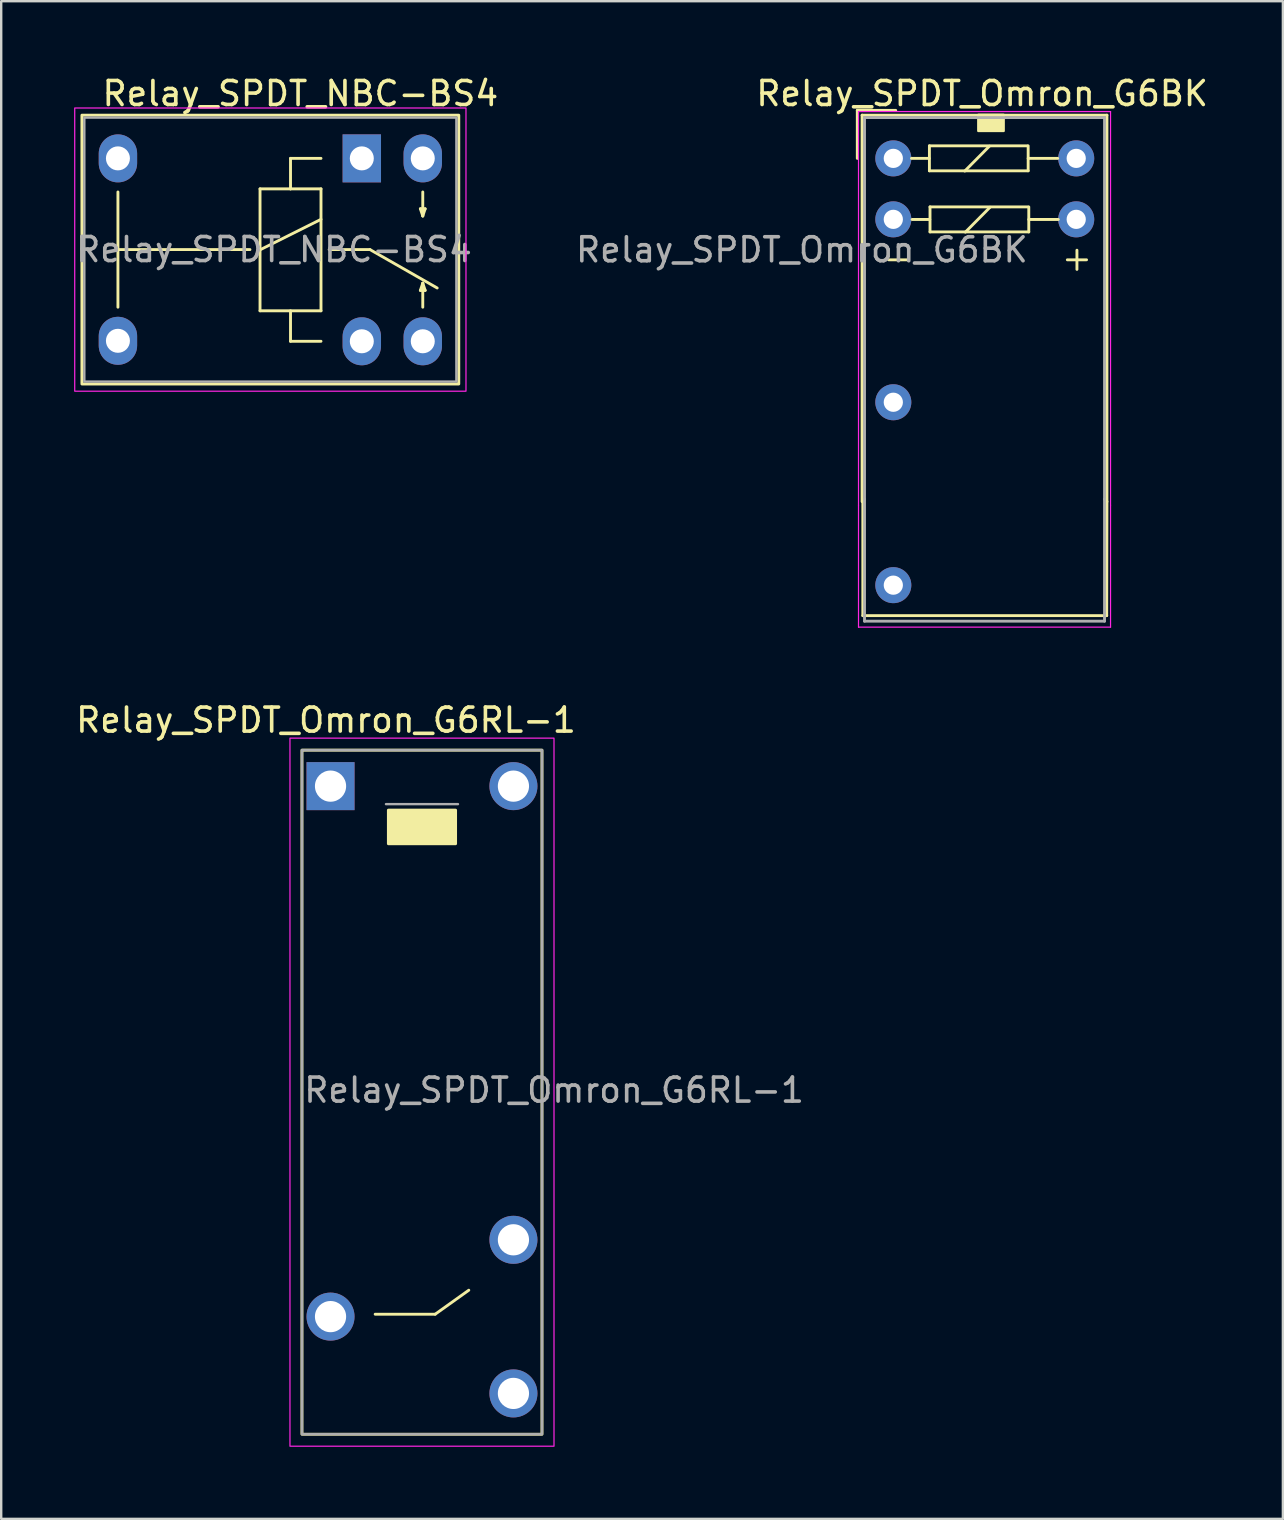
<source format=kicad_pcb>
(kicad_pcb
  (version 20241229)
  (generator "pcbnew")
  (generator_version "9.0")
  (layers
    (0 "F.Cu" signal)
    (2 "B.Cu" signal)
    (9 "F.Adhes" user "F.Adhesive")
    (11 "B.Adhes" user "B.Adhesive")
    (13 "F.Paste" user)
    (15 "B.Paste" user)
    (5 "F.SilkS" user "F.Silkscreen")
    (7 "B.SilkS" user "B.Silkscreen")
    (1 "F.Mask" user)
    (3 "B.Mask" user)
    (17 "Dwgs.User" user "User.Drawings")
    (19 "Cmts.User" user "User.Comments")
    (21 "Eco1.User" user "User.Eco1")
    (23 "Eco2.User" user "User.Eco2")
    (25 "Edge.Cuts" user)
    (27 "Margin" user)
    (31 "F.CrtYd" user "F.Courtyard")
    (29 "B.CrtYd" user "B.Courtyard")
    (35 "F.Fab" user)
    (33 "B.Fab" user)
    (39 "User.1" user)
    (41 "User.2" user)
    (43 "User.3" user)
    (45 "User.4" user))
  (footprint "Relay_SPDT_Omron_G6BK"
    (layer "F.Cu")
    (at 34.166 3.548)
    (property "Reference" "Relay_SPDT_Omron_G6BK" (at 3.7 -2.7 180) (layer "F.SilkS") (effects (font (size 1 1) (thickness 0.15))))
    (attr through_hole)
    (fp_line (start -1.5 -2) (end 0.1 -2) (stroke (width 0.12) (type solid)) (layer "F.SilkS"))
    (fp_line (start -1.5 0) (end -1.5 -2) (stroke (width 0.12) (type solid)) (layer "F.SilkS"))
    (fp_line (start -1.3 -1.8) (end 8.9 -1.8) (stroke (width 0.12) (type solid)) (layer "F.SilkS"))
    (fp_line (start -1.3 14.3) (end -1.3 -1.8) (stroke (width 0.12) (type solid)) (layer "F.SilkS"))
    (fp_line (start -1.27 19.05) (end -1.27 14.3) (stroke (width 0.12) (type solid)) (layer "F.SilkS"))
    (fp_line (start 0.608 4.226) (end -0.192 4.226) (stroke (width 0.12) (type solid)) (layer "F.SilkS"))
    (fp_line (start 0.757 0) (end 1.494 0) (stroke (width 0.12) (type solid)) (layer "F.SilkS"))
    (fp_line (start 0.782 2.545) (end 1.519 2.545) (stroke (width 0.12) (type solid)) (layer "F.SilkS"))
    (fp_line (start 1.504 -0.523) (end 5.578 -0.523) (stroke (width 0.12) (type solid)) (layer "F.SilkS"))
    (fp_line (start 1.504 0.518) (end 1.504 -0.523) (stroke (width 0.12) (type solid)) (layer "F.SilkS"))
    (fp_line (start 1.529 2.022) (end 5.603 2.022) (stroke (width 0.12) (type solid)) (layer "F.SilkS"))
    (fp_line (start 1.529 3.063) (end 1.529 2.022) (stroke (width 0.12) (type solid)) (layer "F.SilkS"))
    (fp_line (start 4.003 -0.508) (end 2.977 0.528) (stroke (width 0.12) (type solid)) (layer "F.SilkS"))
    (fp_line (start 4.028 2.037) (end 3.002 3.073) (stroke (width 0.12) (type solid)) (layer "F.SilkS"))
    (fp_line (start 5.618 0.518) (end 1.504 0.518) (stroke (width 0.12) (type solid)) (layer "F.SilkS"))
    (fp_line (start 5.618 0.518) (end 5.618 -0.523) (stroke (width 0.12) (type solid)) (layer "F.SilkS"))
    (fp_line (start 5.644 3.063) (end 1.529 3.063) (stroke (width 0.12) (type solid)) (layer "F.SilkS"))
    (fp_line (start 5.644 3.063) (end 5.644 2.022) (stroke (width 0.12) (type solid)) (layer "F.SilkS"))
    (fp_line (start 6.848 0) (end 5.618 0) (stroke (width 0.12) (type solid)) (layer "F.SilkS"))
    (fp_line (start 6.873 2.545) (end 5.644 2.545) (stroke (width 0.12) (type solid)) (layer "F.SilkS"))
    (fp_line (start 7.65 3.826) (end 7.65 4.626) (stroke (width 0.12) (type solid)) (layer "F.SilkS"))
    (fp_line (start 8.05 4.226) (end 7.25 4.226) (stroke (width 0.12) (type solid)) (layer "F.SilkS"))
    (fp_line (start 8.89 19.05) (end -1.27 19.05) (stroke (width 0.12) (type solid)) (layer "F.SilkS"))
    (fp_line (start 8.9 -1.8) (end 8.9 14.3) (stroke (width 0.12) (type solid)) (layer "F.SilkS"))
    (fp_line (start 8.9 14.3) (end 8.89 19.05) (stroke (width 0.12) (type solid)) (layer "F.SilkS"))
    (fp_poly (pts (xy 4.597 -1.143) (xy 3.541 -1.143) (xy 3.541 -1.814) (xy 4.597 -1.814)) (stroke (width 0.1) (type solid)) (fill yes) (layer "F.SilkS"))
    (fp_line (start -1.45 14.45) (end -1.45 -1.95) (stroke (width 0.05) (type solid)) (layer "F.CrtYd"))
    (fp_line (start -1.45 14.45) (end -1.45 19.53) (stroke (width 0.05) (type solid)) (layer "F.CrtYd"))
    (fp_line (start -1.45 19.53) (end 9.05 19.53) (stroke (width 0.05) (type solid)) (layer "F.CrtYd"))
    (fp_line (start 9.05 -1.95) (end -1.45 -1.95) (stroke (width 0.05) (type solid)) (layer "F.CrtYd"))
    (fp_line (start 9.05 -1.95) (end 9.05 14.45) (stroke (width 0.05) (type solid)) (layer "F.CrtYd"))
    (fp_line (start 9.05 19.53) (end 9.05 14.45) (stroke (width 0.05) (type solid)) (layer "F.CrtYd"))
    (fp_line (start -1.2 -1.7) (end -1.2 14.2) (stroke (width 0.12) (type solid)) (layer "F.Fab"))
    (fp_line (start -1.2 19.28) (end -1.2 14.2) (stroke (width 0.12) (type solid)) (layer "F.Fab"))
    (fp_line (start -1.2 19.28) (end 8.8 19.28) (stroke (width 0.12) (type solid)) (layer "F.Fab"))
    (fp_line (start 8.8 -1.7) (end -1.2 -1.7) (stroke (width 0.12) (type solid)) (layer "F.Fab"))
    (fp_line (start 8.8 14.2) (end 8.8 -1.7) (stroke (width 0.12) (type solid)) (layer "F.Fab"))
    (fp_line (start 8.8 14.2) (end 8.8 19.28) (stroke (width 0.12) (type solid)) (layer "F.Fab"))
    (fp_text user "${REFERENCE}" (at -3.81 3.81 180) (layer "F.Fab") (effects (font (size 1 1) (thickness 0.15))))
    (pad "1" thru_hole circle (at 0 0 90) (size 1.5 1.5) (drill 0.8) (layers "*.Cu" "*.Mask"))
    (pad "2" thru_hole circle (at 0 2.54 90) (size 1.5 1.5) (drill 0.8) (layers "*.Cu" "*.Mask"))
    (pad "3" thru_hole circle (at 0 10.16 270) (size 1.501 1.501) (drill 0.8) (layers "*.Cu" "*.Mask"))
    (pad "4" thru_hole circle (at 0 17.78 270) (size 1.501 1.501) (drill 0.8) (layers "*.Cu" "*.Mask"))
    (pad "5" thru_hole circle (at 7.62 2.54 90) (size 1.501 1.501) (drill 0.8) (layers "*.Cu" "*.Mask"))
    (pad "6" thru_hole circle (at 7.62 0 90) (size 1.501 1.501) (drill 0.8) (layers "*.Cu" "*.Mask")))
  (footprint "Relay_SPDT_Omron_G6RL-1"
    (layer "F.Cu")
    (at 10.72 29.701)
    (property "Reference" "Relay_SPDT_Omron_G6RL-1" (at -0.19 -2.75 0) (unlocked yes) (layer "F.SilkS") (effects (font (size 1 1) (thickness 0.15))))
    (attr through_hole)
    (fp_line (start 1.86 22) (end 4.36 22) (stroke (width 0.12) (type solid)) (layer "F.SilkS"))
    (fp_line (start 4.36 22) (end 5.76 21) (stroke (width 0.12) (type solid)) (layer "F.SilkS"))
    (fp_rect (start -1.19 -1.5) (end 8.81 27) (stroke (width 0.12) (type solid)) (fill no) (layer "F.SilkS"))
    (fp_rect (start 2.41 1) (end 5.21 2.4) (stroke (width 0.12) (type solid)) (fill yes) (layer "F.SilkS"))
    (fp_rect (start -1.69 -2) (end 9.31 27.5) (stroke (width 0.05) (type default)) (fill no) (layer "F.CrtYd"))
    (fp_line (start 2.31 0.75) (end 5.31 0.75) (stroke (width 0.1) (type default)) (layer "F.Fab"))
    (fp_rect (start -1.19 -1.5) (end 8.81 27) (stroke (width 0.1) (type default)) (fill no) (layer "F.Fab"))
    (fp_text user "${REFERENCE}" (at -1.19 13.25 0) (unlocked yes) (layer "F.Fab") (effects (font (size 1 1) (thickness 0.15)) (justify left bottom)))
    (pad "1" thru_hole rect (at 0 0 90) (size 2 2) (drill 1.3) (layers "*.Cu" "*.Mask"))
    (pad "2" thru_hole circle (at 0 22.1 90) (size 2 2) (drill 1.3) (layers "*.Cu" "*.Mask"))
    (pad "3" thru_hole circle (at 7.62 25.3 90) (size 2 2) (drill 1.3) (layers "*.Cu" "*.Mask"))
    (pad "4" thru_hole circle (at 7.62 18.9 90) (size 2 2) (drill 1.3) (layers "*.Cu" "*.Mask"))
    (pad "5" thru_hole circle (at 7.62 0 90) (size 2 2) (drill 1.3) (layers "*.Cu" "*.Mask")))
  (footprint "Relay_SPDT_NBC-BS4"
    (layer "F.Cu")
    (at 1.863 3.548)
    (property "Reference" "Relay_SPDT_NBC-BS4" (at 7.6 -2.7 0) (layer "F.SilkS") (effects (font (size 1 1) (thickness 0.15))))
    (attr through_hole)
    (fp_line (start 0 1.4) (end 0 6.2) (stroke (width 0.12) (type default)) (layer "F.SilkS"))
    (fp_line (start 0 3.8) (end 5.5 3.8) (stroke (width 0.12) (type default)) (layer "F.SilkS"))
    (fp_line (start 5.92 1.27) (end 5.92 6.35) (stroke (width 0.12) (type solid)) (layer "F.SilkS"))
    (fp_line (start 5.92 6.35) (end 8.46 6.35) (stroke (width 0.12) (type solid)) (layer "F.SilkS"))
    (fp_line (start 7.19 0) (end 7.19 1.27) (stroke (width 0.12) (type solid)) (layer "F.SilkS"))
    (fp_line (start 7.19 1.27) (end 5.92 1.27) (stroke (width 0.12) (type solid)) (layer "F.SilkS"))
    (fp_line (start 7.19 6.35) (end 7.19 7.62) (stroke (width 0.12) (type solid)) (layer "F.SilkS"))
    (fp_line (start 7.19 7.62) (end 8.46 7.62) (stroke (width 0.12) (type solid)) (layer "F.SilkS"))
    (fp_line (start 8.46 0) (end 7.19 0) (stroke (width 0.12) (type solid)) (layer "F.SilkS"))
    (fp_line (start 8.46 1.27) (end 7.19 1.27) (stroke (width 0.12) (type solid)) (layer "F.SilkS"))
    (fp_line (start 8.46 2.54) (end 5.92 3.81) (stroke (width 0.12) (type solid)) (layer "F.SilkS"))
    (fp_line (start 8.46 6.35) (end 8.46 1.27) (stroke (width 0.12) (type solid)) (layer "F.SilkS"))
    (fp_line (start 8.8 3.8) (end 10.5 3.8) (stroke (width 0.12) (type default)) (layer "F.SilkS"))
    (fp_line (start 10.5 3.8) (end 13.3 5.4) (stroke (width 0.12) (type default)) (layer "F.SilkS"))
    (fp_line (start 12.6 2.1) (end 12.8 2.1) (stroke (width 0.12) (type default)) (layer "F.SilkS"))
    (fp_line (start 12.6 5.5) (end 12.7 5.2) (stroke (width 0.12) (type default)) (layer "F.SilkS"))
    (fp_line (start 12.7 1.4) (end 12.7 2.4) (stroke (width 0.12) (type default)) (layer "F.SilkS"))
    (fp_line (start 12.7 2.4) (end 12.6 2.1) (stroke (width 0.12) (type default)) (layer "F.SilkS"))
    (fp_line (start 12.7 5.2) (end 12.8 5.5) (stroke (width 0.12) (type default)) (layer "F.SilkS"))
    (fp_line (start 12.7 6.2) (end 12.7 5.2) (stroke (width 0.12) (type default)) (layer "F.SilkS"))
    (fp_line (start 12.8 2.1) (end 12.7 2.4) (stroke (width 0.12) (type default)) (layer "F.SilkS"))
    (fp_line (start 12.8 5.5) (end 12.6 5.5) (stroke (width 0.12) (type default)) (layer "F.SilkS"))
    (fp_rect (start -1.5 -1.8) (end 14.2 9.4) (stroke (width 0.12) (type default)) (fill no) (layer "F.SilkS"))
    (fp_rect (start -1.8 -2.1) (end 14.5 9.7) (stroke (width 0.05) (type default)) (fill no) (layer "F.CrtYd"))
    (fp_rect (start -1.4 -1.7) (end 14.1 9.3) (stroke (width 0.1) (type default)) (fill no) (layer "F.Fab"))
    (fp_text user "${REFERENCE}" (at 6.5 3.8 0) (layer "F.Fab") (effects (font (size 1 1) (thickness 0.15))))
    (pad "11" thru_hole oval (at 0 0) (size 1.6 2) (drill 1) (layers "*.Cu" "*.Mask"))
    (pad "11" thru_hole oval (at 0 7.6) (size 1.6 2) (drill 1) (layers "*.Cu" "*.Mask"))
    (pad "12" thru_hole oval (at 12.7 7.62) (size 1.6 2) (drill 1) (layers "*.Cu" "*.Mask"))
    (pad "14" thru_hole oval (at 12.7 0) (size 1.6 2) (drill 1) (layers "*.Cu" "*.Mask"))
    (pad "A1" thru_hole rect (at 10.16 0) (size 1.6 2) (drill 1) (layers "*.Cu" "*.Mask"))
    (pad "A2" thru_hole oval (at 10.16 7.62) (size 1.6 2) (drill 1) (layers "*.Cu" "*.Mask")))
  (gr_rect
    (start -3 -3)
    (end 50.396 60.227)
    (stroke (width 0.1) (type default))
    (fill no)
    (layer "Edge.Cuts")))
</source>
